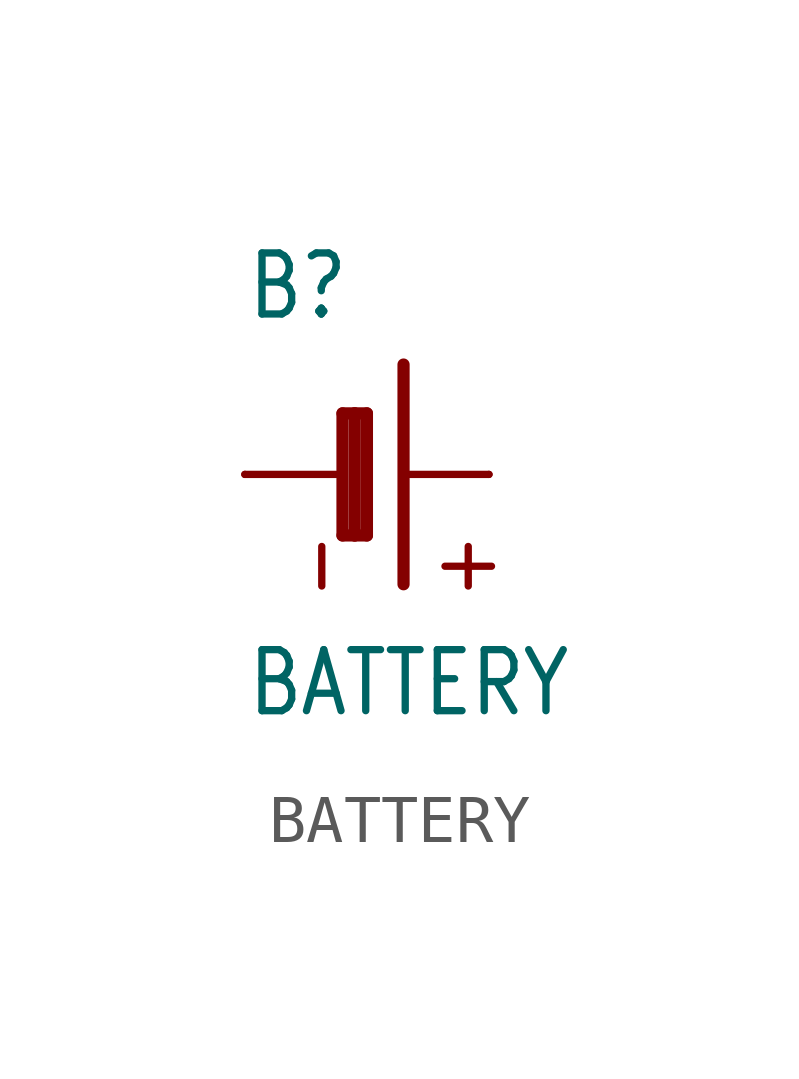
<source format=kicad_sym>
(kicad_symbol_lib
  (version 20201005)
  (generator kicad_symbol_editor)
  (symbol "BATTERY"
    (property "Reference" "B"
      (at -2.54 3.175 0)
      (effects (font (size 1.27 1.079)) (justify left bottom)))
    (property "Value" "BATTERY"
      (at -2.54 -5.08 0)
      (effects (font (size 1.27 1.079)) (justify left bottom)))
    (property "ki_locked" ""
      (at 0 0 0)
      (effects (font (size 1.27 1.27))))
    (symbol "BATTERY_1_0"
      (text "+" (at 1.27 -1.143 900) (effects (font (size 1.27 1.079)) (justify right top)))
      (text "-" (at -1.778 -1.143 900) (effects (font (size 1.27 1.079)) (justify right top)))
      (polyline (pts (xy -2.54 0) (xy -0.635 0)) (stroke (width 0.152)) (fill (type none)))
      (polyline (pts (xy -0.508 -1.27) (xy -0.508 1.27)) (stroke (width 0.254)) (fill (type none)))
      (polyline (pts (xy -0.508 1.27) (xy -0.254 1.27)) (stroke (width 0.254)) (fill (type none)))
      (polyline (pts (xy -0.254 -1.27) (xy -0.508 -1.27)) (stroke (width 0.254)) (fill (type none)))
      (polyline (pts (xy -0.254 1.27) (xy -0.254 -1.27)) (stroke (width 0.254)) (fill (type none)))
      (polyline (pts (xy -0.254 1.27) (xy 0 1.27)) (stroke (width 0.254)) (fill (type none)))
      (polyline (pts (xy 0 -1.27) (xy -0.254 -1.27)) (stroke (width 0.254)) (fill (type none)))
      (polyline (pts (xy 0 1.27) (xy 0 -1.27)) (stroke (width 0.254)) (fill (type none)))
      (polyline (pts (xy 0.762 2.286) (xy 0.762 -2.286)) (stroke (width 0.254)) (fill (type none)))
      (polyline (pts (xy 0.889 0) (xy 2.54 0)) (stroke (width 0.152)) (fill (type none)))
      (pin passive line (at -2.54 0 0) (length 0) (name "-" (effects (font (size 0 0)))) (number "1" (effects (font (size 0 0)))))
      (pin passive line (at 2.54 0 180) (length 0) (name "+" (effects (font (size 0 0)))) (number "2" (effects (font (size 0 0))))))))
</source>
